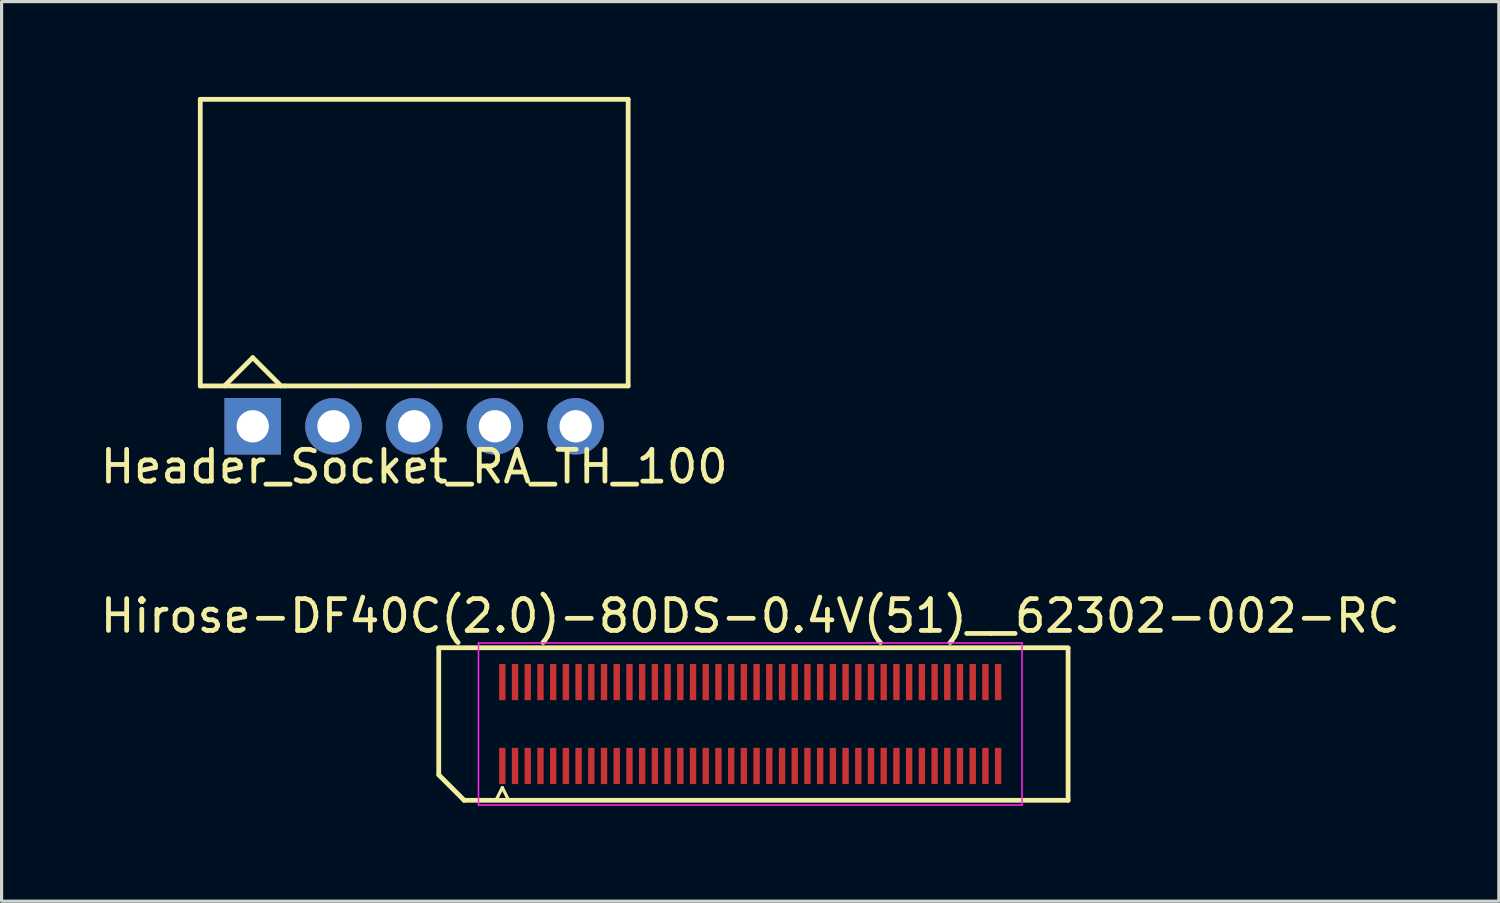
<source format=kicad_pcb>
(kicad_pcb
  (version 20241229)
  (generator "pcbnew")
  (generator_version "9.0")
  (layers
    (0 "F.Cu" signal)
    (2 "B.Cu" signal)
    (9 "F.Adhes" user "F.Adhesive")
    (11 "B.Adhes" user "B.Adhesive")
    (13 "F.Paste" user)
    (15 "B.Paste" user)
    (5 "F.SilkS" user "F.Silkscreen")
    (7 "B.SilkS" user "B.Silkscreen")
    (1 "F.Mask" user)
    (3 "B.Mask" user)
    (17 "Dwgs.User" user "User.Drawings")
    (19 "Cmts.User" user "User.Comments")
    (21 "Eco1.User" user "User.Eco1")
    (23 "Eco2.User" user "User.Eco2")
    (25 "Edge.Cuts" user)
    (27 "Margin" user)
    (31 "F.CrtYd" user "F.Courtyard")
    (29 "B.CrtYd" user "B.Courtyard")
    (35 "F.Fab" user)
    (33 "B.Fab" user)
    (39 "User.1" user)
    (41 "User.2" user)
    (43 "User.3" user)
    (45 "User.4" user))
  (footprint "Header_Socket_RA_TH_100"
    (layer "F.Cu")
    (at 9.982 10.362)
    (property "Reference" "Header_Socket_RA_TH_100" (at 0 1.27 0) (layer "F.SilkS") (effects (font (size 1 1) (thickness 0.15))))
    (attr through_hole)
    (fp_line (start -6.731 -10.287) (end 6.731 -10.287) (stroke (width 0.15) (type solid)) (layer "F.SilkS"))
    (fp_line (start -6.731 -1.27) (end -6.731 -10.287) (stroke (width 0.15) (type solid)) (layer "F.SilkS"))
    (fp_line (start -5.969 -1.27) (end -5.08 -2.159) (stroke (width 0.15) (type solid)) (layer "F.SilkS"))
    (fp_line (start -5.08 -2.159) (end -4.191 -1.27) (stroke (width 0.15) (type solid)) (layer "F.SilkS"))
    (fp_line (start -4.064 -1.27) (end -4.064 -1.27) (stroke (width 0.15) (type solid)) (layer "F.SilkS"))
    (fp_line (start 6.731 -10.287) (end 6.731 -1.27) (stroke (width 0.15) (type solid)) (layer "F.SilkS"))
    (fp_line (start 6.731 -1.27) (end -6.731 -1.27) (stroke (width 0.15) (type solid)) (layer "F.SilkS"))
    (pad "1" thru_hole rect (at -5.08 0) (size 1.778 1.778) (drill 1.016) (layers "*.Cu" "*.Mask"))
    (pad "2" thru_hole circle (at -2.54 0) (size 1.778 1.778) (drill 1.016) (layers "*.Cu" "*.Mask"))
    (pad "3" thru_hole circle (at 0 0) (size 1.778 1.778) (drill 1.016) (layers "*.Cu" "*.Mask"))
    (pad "4" thru_hole circle (at 2.54 0) (size 1.778 1.778) (drill 1.016) (layers "*.Cu" "*.Mask"))
    (pad "5" thru_hole circle (at 5.08 0) (size 1.778 1.778) (drill 1.016) (layers "*.Cu" "*.Mask")))
  (footprint "Hirose-DF40C(2.0)-80DS-0.4V(51)__62302-002-RC"
    (layer "F.Cu")
    (at 20.554 19.729)
    (property "Reference" "Hirose-DF40C(2.0)-80DS-0.4V(51)__62302-002-RC" (at 0 -3.4 180) (layer "F.SilkS") (effects (font (size 1 1) (thickness 0.15))))
    (attr smd)
    (fp_line (start -9.8 -2.4) (end 10 -2.4) (stroke (width 0.15) (type solid)) (layer "F.SilkS"))
    (fp_line (start -9.8 1.59) (end -9.8 -2.39) (stroke (width 0.15) (type solid)) (layer "F.SilkS"))
    (fp_line (start -9 2.4) (end -9.8 1.6) (stroke (width 0.15) (type solid)) (layer "F.SilkS"))
    (fp_line (start -8 2.4) (end -7.6 2.4) (stroke (width 0.1) (type solid)) (layer "F.SilkS"))
    (fp_line (start -7.8 2) (end -8 2.4) (stroke (width 0.1) (type solid)) (layer "F.SilkS"))
    (fp_line (start -7.6 2.4) (end -7.8 2) (stroke (width 0.1) (type solid)) (layer "F.SilkS"))
    (fp_line (start 10 -2.38) (end 10 2.4) (stroke (width 0.15) (type solid)) (layer "F.SilkS"))
    (fp_line (start 10 2.4) (end -9 2.4) (stroke (width 0.15) (type solid)) (layer "F.SilkS"))
    (fp_line (start -8.55 -2.55) (end 8.55 -2.55) (stroke (width 0.05) (type solid)) (layer "F.CrtYd"))
    (fp_line (start -8.55 2.55) (end -8.55 -2.55) (stroke (width 0.05) (type solid)) (layer "F.CrtYd"))
    (fp_line (start 8.55 -2.55) (end 8.55 2.55) (stroke (width 0.05) (type solid)) (layer "F.CrtYd"))
    (fp_line (start 8.55 2.55) (end -8.55 2.55) (stroke (width 0.05) (type solid)) (layer "F.CrtYd"))
    (pad "1" smd rect (at -7.8 1.32) (size 0.2 1.14) (layers "F.Cu" "F.Mask" "F.Paste"))
    (pad "2" smd rect (at -7.8 -1.32) (size 0.2 1.14) (layers "F.Cu" "F.Mask" "F.Paste"))
    (pad "3" smd rect (at -7.4 1.32) (size 0.2 1.14) (layers "F.Cu" "F.Mask" "F.Paste"))
    (pad "4" smd rect (at -7.4 -1.32) (size 0.2 1.14) (layers "F.Cu" "F.Mask" "F.Paste"))
    (pad "5" smd rect (at -7 1.32) (size 0.2 1.14) (layers "F.Cu" "F.Mask" "F.Paste"))
    (pad "6" smd rect (at -7 -1.32) (size 0.2 1.14) (layers "F.Cu" "F.Mask" "F.Paste"))
    (pad "7" smd rect (at -6.6 1.32) (size 0.2 1.14) (layers "F.Cu" "F.Mask" "F.Paste"))
    (pad "8" smd rect (at -6.6 -1.32) (size 0.2 1.14) (layers "F.Cu" "F.Mask" "F.Paste"))
    (pad "9" smd rect (at -6.2 1.32) (size 0.2 1.14) (layers "F.Cu" "F.Mask" "F.Paste"))
    (pad "10" smd rect (at -6.2 -1.32) (size 0.2 1.14) (layers "F.Cu" "F.Mask" "F.Paste"))
    (pad "11" smd rect (at -5.8 1.32) (size 0.2 1.14) (layers "F.Cu" "F.Mask" "F.Paste"))
    (pad "12" smd rect (at -5.8 -1.32) (size 0.2 1.14) (layers "F.Cu" "F.Mask" "F.Paste"))
    (pad "13" smd rect (at -5.4 1.32) (size 0.2 1.14) (layers "F.Cu" "F.Mask" "F.Paste"))
    (pad "14" smd rect (at -5.4 -1.32) (size 0.2 1.14) (layers "F.Cu" "F.Mask" "F.Paste"))
    (pad "15" smd rect (at -5 1.32) (size 0.2 1.14) (layers "F.Cu" "F.Mask" "F.Paste"))
    (pad "16" smd rect (at -5 -1.32) (size 0.2 1.14) (layers "F.Cu" "F.Mask" "F.Paste"))
    (pad "17" smd rect (at -4.6 1.32) (size 0.2 1.14) (layers "F.Cu" "F.Mask" "F.Paste"))
    (pad "18" smd rect (at -4.6 -1.32) (size 0.2 1.14) (layers "F.Cu" "F.Mask" "F.Paste"))
    (pad "19" smd rect (at -4.2 1.32) (size 0.2 1.14) (layers "F.Cu" "F.Mask" "F.Paste"))
    (pad "20" smd rect (at -4.2 -1.32) (size 0.2 1.14) (layers "F.Cu" "F.Mask" "F.Paste"))
    (pad "21" smd rect (at -3.8 1.32) (size 0.2 1.14) (layers "F.Cu" "F.Mask" "F.Paste"))
    (pad "22" smd rect (at -3.8 -1.32) (size 0.2 1.14) (layers "F.Cu" "F.Mask" "F.Paste"))
    (pad "23" smd rect (at -3.4 1.32) (size 0.2 1.14) (layers "F.Cu" "F.Mask" "F.Paste"))
    (pad "24" smd rect (at -3.4 -1.32) (size 0.2 1.14) (layers "F.Cu" "F.Mask" "F.Paste"))
    (pad "25" smd rect (at -3 1.32) (size 0.2 1.14) (layers "F.Cu" "F.Mask" "F.Paste"))
    (pad "26" smd rect (at -3 -1.32) (size 0.2 1.14) (layers "F.Cu" "F.Mask" "F.Paste"))
    (pad "27" smd rect (at -2.6 1.32) (size 0.2 1.14) (layers "F.Cu" "F.Mask" "F.Paste"))
    (pad "28" smd rect (at -2.6 -1.32) (size 0.2 1.14) (layers "F.Cu" "F.Mask" "F.Paste"))
    (pad "29" smd rect (at -2.2 1.32) (size 0.2 1.14) (layers "F.Cu" "F.Mask" "F.Paste"))
    (pad "30" smd rect (at -2.2 -1.32) (size 0.2 1.14) (layers "F.Cu" "F.Mask" "F.Paste"))
    (pad "31" smd rect (at -1.8 1.32) (size 0.2 1.14) (layers "F.Cu" "F.Mask" "F.Paste"))
    (pad "32" smd rect (at -1.8 -1.32) (size 0.2 1.14) (layers "F.Cu" "F.Mask" "F.Paste"))
    (pad "33" smd rect (at -1.4 1.32) (size 0.2 1.14) (layers "F.Cu" "F.Mask" "F.Paste"))
    (pad "34" smd rect (at -1.4 -1.32) (size 0.2 1.14) (layers "F.Cu" "F.Mask" "F.Paste"))
    (pad "35" smd rect (at -1 1.32) (size 0.2 1.14) (layers "F.Cu" "F.Mask" "F.Paste"))
    (pad "36" smd rect (at -1 -1.32) (size 0.2 1.14) (layers "F.Cu" "F.Mask" "F.Paste"))
    (pad "37" smd rect (at -0.6 1.32) (size 0.2 1.14) (layers "F.Cu" "F.Mask" "F.Paste"))
    (pad "38" smd rect (at -0.6 -1.32) (size 0.2 1.14) (layers "F.Cu" "F.Mask" "F.Paste"))
    (pad "39" smd rect (at -0.2 1.32) (size 0.2 1.14) (layers "F.Cu" "F.Mask" "F.Paste"))
    (pad "40" smd rect (at -0.2 -1.32) (size 0.2 1.14) (layers "F.Cu" "F.Mask" "F.Paste"))
    (pad "41" smd rect (at 0.2 1.32) (size 0.2 1.14) (layers "F.Cu" "F.Mask" "F.Paste"))
    (pad "42" smd rect (at 0.2 -1.32) (size 0.2 1.14) (layers "F.Cu" "F.Mask" "F.Paste"))
    (pad "43" smd rect (at 0.6 1.32) (size 0.2 1.14) (layers "F.Cu" "F.Mask" "F.Paste"))
    (pad "44" smd rect (at 0.6 -1.32) (size 0.2 1.14) (layers "F.Cu" "F.Mask" "F.Paste"))
    (pad "45" smd rect (at 1 1.32) (size 0.2 1.14) (layers "F.Cu" "F.Mask" "F.Paste"))
    (pad "46" smd rect (at 1 -1.32) (size 0.2 1.14) (layers "F.Cu" "F.Mask" "F.Paste"))
    (pad "47" smd rect (at 1.4 1.32) (size 0.2 1.14) (layers "F.Cu" "F.Mask" "F.Paste"))
    (pad "48" smd rect (at 1.4 -1.32) (size 0.2 1.14) (layers "F.Cu" "F.Mask" "F.Paste"))
    (pad "49" smd rect (at 1.8 1.32) (size 0.2 1.14) (layers "F.Cu" "F.Mask" "F.Paste"))
    (pad "50" smd rect (at 1.8 -1.32) (size 0.2 1.14) (layers "F.Cu" "F.Mask" "F.Paste"))
    (pad "51" smd rect (at 2.2 1.32) (size 0.2 1.14) (layers "F.Cu" "F.Mask" "F.Paste"))
    (pad "52" smd rect (at 2.2 -1.32) (size 0.2 1.14) (layers "F.Cu" "F.Mask" "F.Paste"))
    (pad "53" smd rect (at 2.6 1.32) (size 0.2 1.14) (layers "F.Cu" "F.Mask" "F.Paste"))
    (pad "54" smd rect (at 2.6 -1.32) (size 0.2 1.14) (layers "F.Cu" "F.Mask" "F.Paste"))
    (pad "55" smd rect (at 3 1.32) (size 0.2 1.14) (layers "F.Cu" "F.Mask" "F.Paste"))
    (pad "56" smd rect (at 3 -1.32) (size 0.2 1.14) (layers "F.Cu" "F.Mask" "F.Paste"))
    (pad "57" smd rect (at 3.4 1.32) (size 0.2 1.14) (layers "F.Cu" "F.Mask" "F.Paste"))
    (pad "58" smd rect (at 3.4 -1.32) (size 0.2 1.14) (layers "F.Cu" "F.Mask" "F.Paste"))
    (pad "59" smd rect (at 3.8 1.32) (size 0.2 1.14) (layers "F.Cu" "F.Mask" "F.Paste"))
    (pad "60" smd rect (at 3.8 -1.32) (size 0.2 1.14) (layers "F.Cu" "F.Mask" "F.Paste"))
    (pad "61" smd rect (at 4.2 1.32) (size 0.2 1.14) (layers "F.Cu" "F.Mask" "F.Paste"))
    (pad "62" smd rect (at 4.2 -1.32) (size 0.2 1.14) (layers "F.Cu" "F.Mask" "F.Paste"))
    (pad "63" smd rect (at 4.6 1.32) (size 0.2 1.14) (layers "F.Cu" "F.Mask" "F.Paste"))
    (pad "64" smd rect (at 4.6 -1.32) (size 0.2 1.14) (layers "F.Cu" "F.Mask" "F.Paste"))
    (pad "65" smd rect (at 5 1.32) (size 0.2 1.14) (layers "F.Cu" "F.Mask" "F.Paste"))
    (pad "66" smd rect (at 5 -1.32) (size 0.2 1.14) (layers "F.Cu" "F.Mask" "F.Paste"))
    (pad "67" smd rect (at 5.4 1.32) (size 0.2 1.14) (layers "F.Cu" "F.Mask" "F.Paste"))
    (pad "68" smd rect (at 5.4 -1.32) (size 0.2 1.14) (layers "F.Cu" "F.Mask" "F.Paste"))
    (pad "69" smd rect (at 5.8 1.32) (size 0.2 1.14) (layers "F.Cu" "F.Mask" "F.Paste"))
    (pad "70" smd rect (at 5.8 -1.32) (size 0.2 1.14) (layers "F.Cu" "F.Mask" "F.Paste"))
    (pad "71" smd rect (at 6.2 1.32) (size 0.2 1.14) (layers "F.Cu" "F.Mask" "F.Paste"))
    (pad "72" smd rect (at 6.2 -1.32) (size 0.2 1.14) (layers "F.Cu" "F.Mask" "F.Paste"))
    (pad "73" smd rect (at 6.6 1.32) (size 0.2 1.14) (layers "F.Cu" "F.Mask" "F.Paste"))
    (pad "74" smd rect (at 6.6 -1.32) (size 0.2 1.14) (layers "F.Cu" "F.Mask" "F.Paste"))
    (pad "75" smd rect (at 7 1.32) (size 0.2 1.14) (layers "F.Cu" "F.Mask" "F.Paste"))
    (pad "76" smd rect (at 7 -1.32) (size 0.2 1.14) (layers "F.Cu" "F.Mask" "F.Paste"))
    (pad "77" smd rect (at 7.4 1.32) (size 0.2 1.14) (layers "F.Cu" "F.Mask" "F.Paste"))
    (pad "78" smd rect (at 7.4 -1.32) (size 0.2 1.14) (layers "F.Cu" "F.Mask" "F.Paste"))
    (pad "79" smd rect (at 7.8 1.32) (size 0.2 1.14) (layers "F.Cu" "F.Mask" "F.Paste"))
    (pad "80" smd rect (at 7.8 -1.32) (size 0.2 1.14) (layers "F.Cu" "F.Mask" "F.Paste")))
  (gr_rect
    (start -3 -3)
    (end 44.107 25.303)
    (stroke (width 0.1) (type default))
    (fill no)
    (layer "Edge.Cuts")))
</source>
